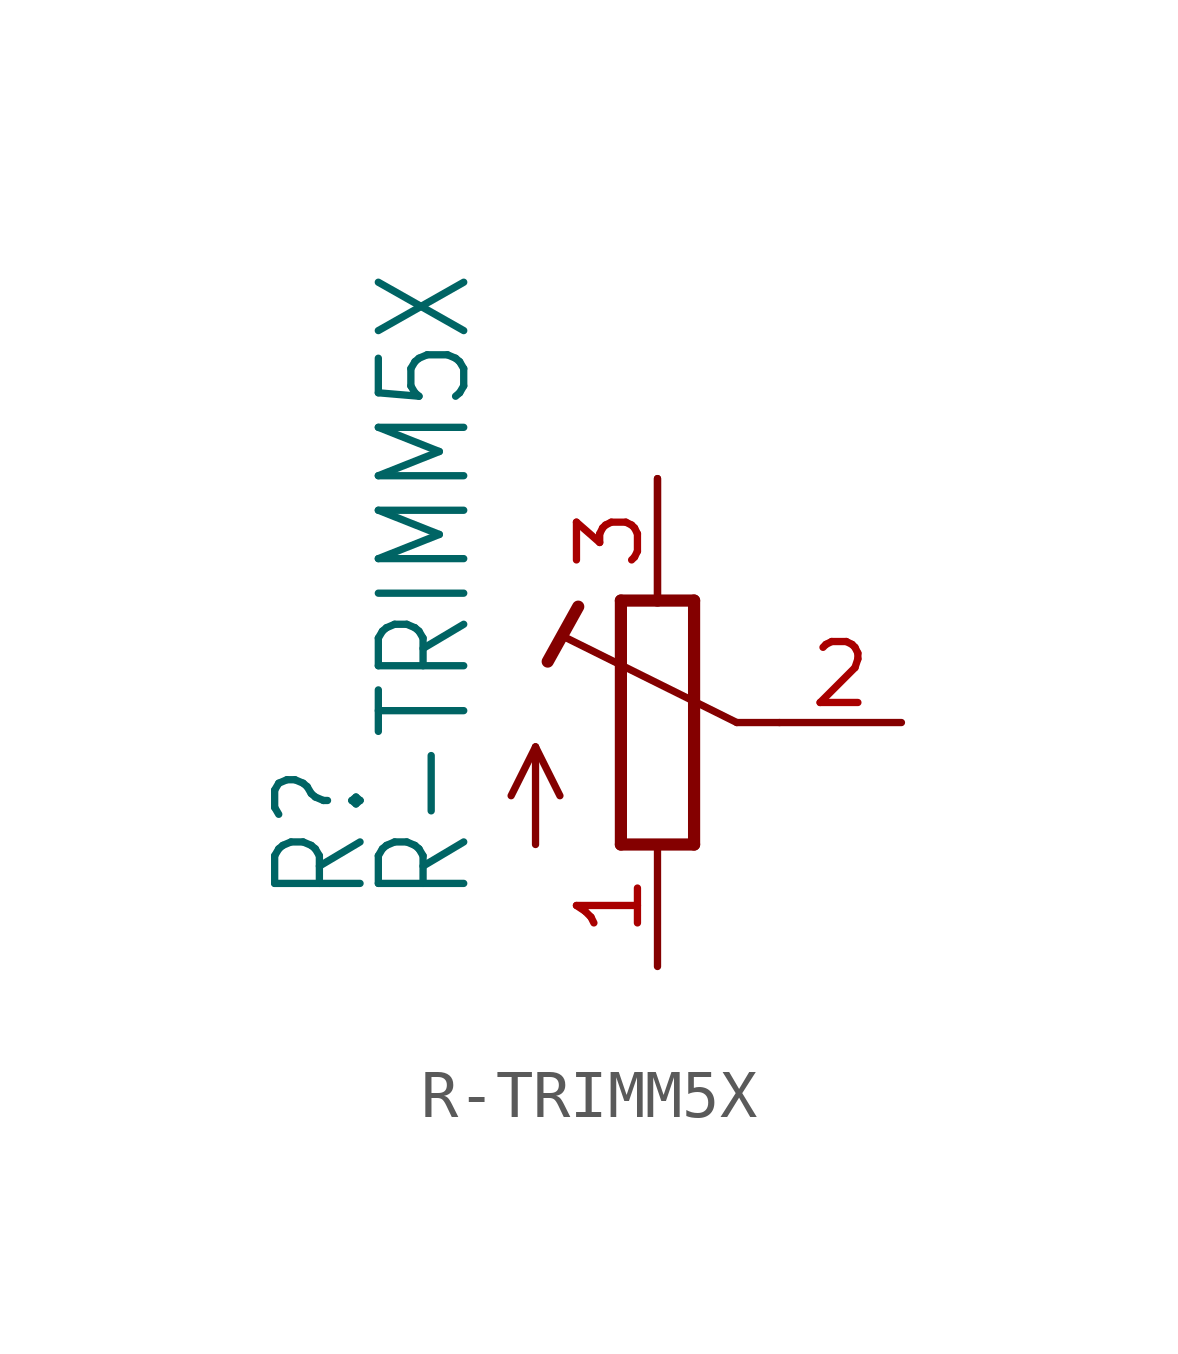
<source format=kicad_sym>
(kicad_symbol_lib
  (version 20220331)
  (generator kicad_symbol_editor)
  (symbol "R-TRIMM5X"
    (property "Reference" "R"
      (at -5.969 -3.81 90)
      (effects (font (size 1.778 1.511)) (justify left bottom)))
    (property "Value" "R-TRIMM5X"
      (at -3.81 -3.81 90)
      (effects (font (size 1.778 1.511)) (justify left bottom)))
    (property "ki_locked" ""
      (at 0 0 0)
      (effects (font (size 1.27 1.27))))
    (symbol "R-TRIMM5X_1_0"
      (polyline (pts (xy -2.54 -2.54) (xy -2.54 -0.508)) (stroke (width 0.152) (type solid)) (fill (type none)))
      (polyline (pts (xy -2.54 -0.508) (xy -3.048 -1.524)) (stroke (width 0.152) (type solid)) (fill (type none)))
      (polyline (pts (xy -2.54 -0.508) (xy -2.032 -1.524)) (stroke (width 0.152) (type solid)) (fill (type none)))
      (polyline (pts (xy -2.286 1.27) (xy -1.651 2.413)) (stroke (width 0.254) (type solid)) (fill (type none)))
      (polyline (pts (xy -0.762 -2.54) (xy 0.762 -2.54)) (stroke (width 0.254) (type solid)) (fill (type none)))
      (polyline (pts (xy -0.762 2.54) (xy -0.762 -2.54)) (stroke (width 0.254) (type solid)) (fill (type none)))
      (polyline (pts (xy 0 2.54) (xy -0.762 2.54)) (stroke (width 0.254) (type solid)) (fill (type none)))
      (polyline (pts (xy 0 2.54) (xy 0 5.08)) (stroke (width 0.152) (type solid)) (fill (type none)))
      (polyline (pts (xy 0.762 -2.54) (xy 0.762 2.54)) (stroke (width 0.254) (type solid)) (fill (type none)))
      (polyline (pts (xy 0.762 2.54) (xy 0 2.54)) (stroke (width 0.254) (type solid)) (fill (type none)))
      (polyline (pts (xy 1.651 0) (xy -1.88 1.753)) (stroke (width 0.152) (type solid)) (fill (type none)))
      (polyline (pts (xy 2.54 0) (xy 1.651 0)) (stroke (width 0.152) (type solid)) (fill (type none)))
      (pin passive line (at 0 -5.08 90) (length 2.54) (name "E" (effects (font (size 0 0)))) (number "1" (effects (font (size 1.27 1.27)))))
      (pin passive line (at 5.08 0 180) (length 2.54) (name "S" (effects (font (size 0 0)))) (number "2" (effects (font (size 1.27 1.27)))))
      (pin passive line (at 0 5.08 270) (length 2.54) (name "A" (effects (font (size 0 0)))) (number "3" (effects (font (size 1.27 1.27))))))))
</source>
